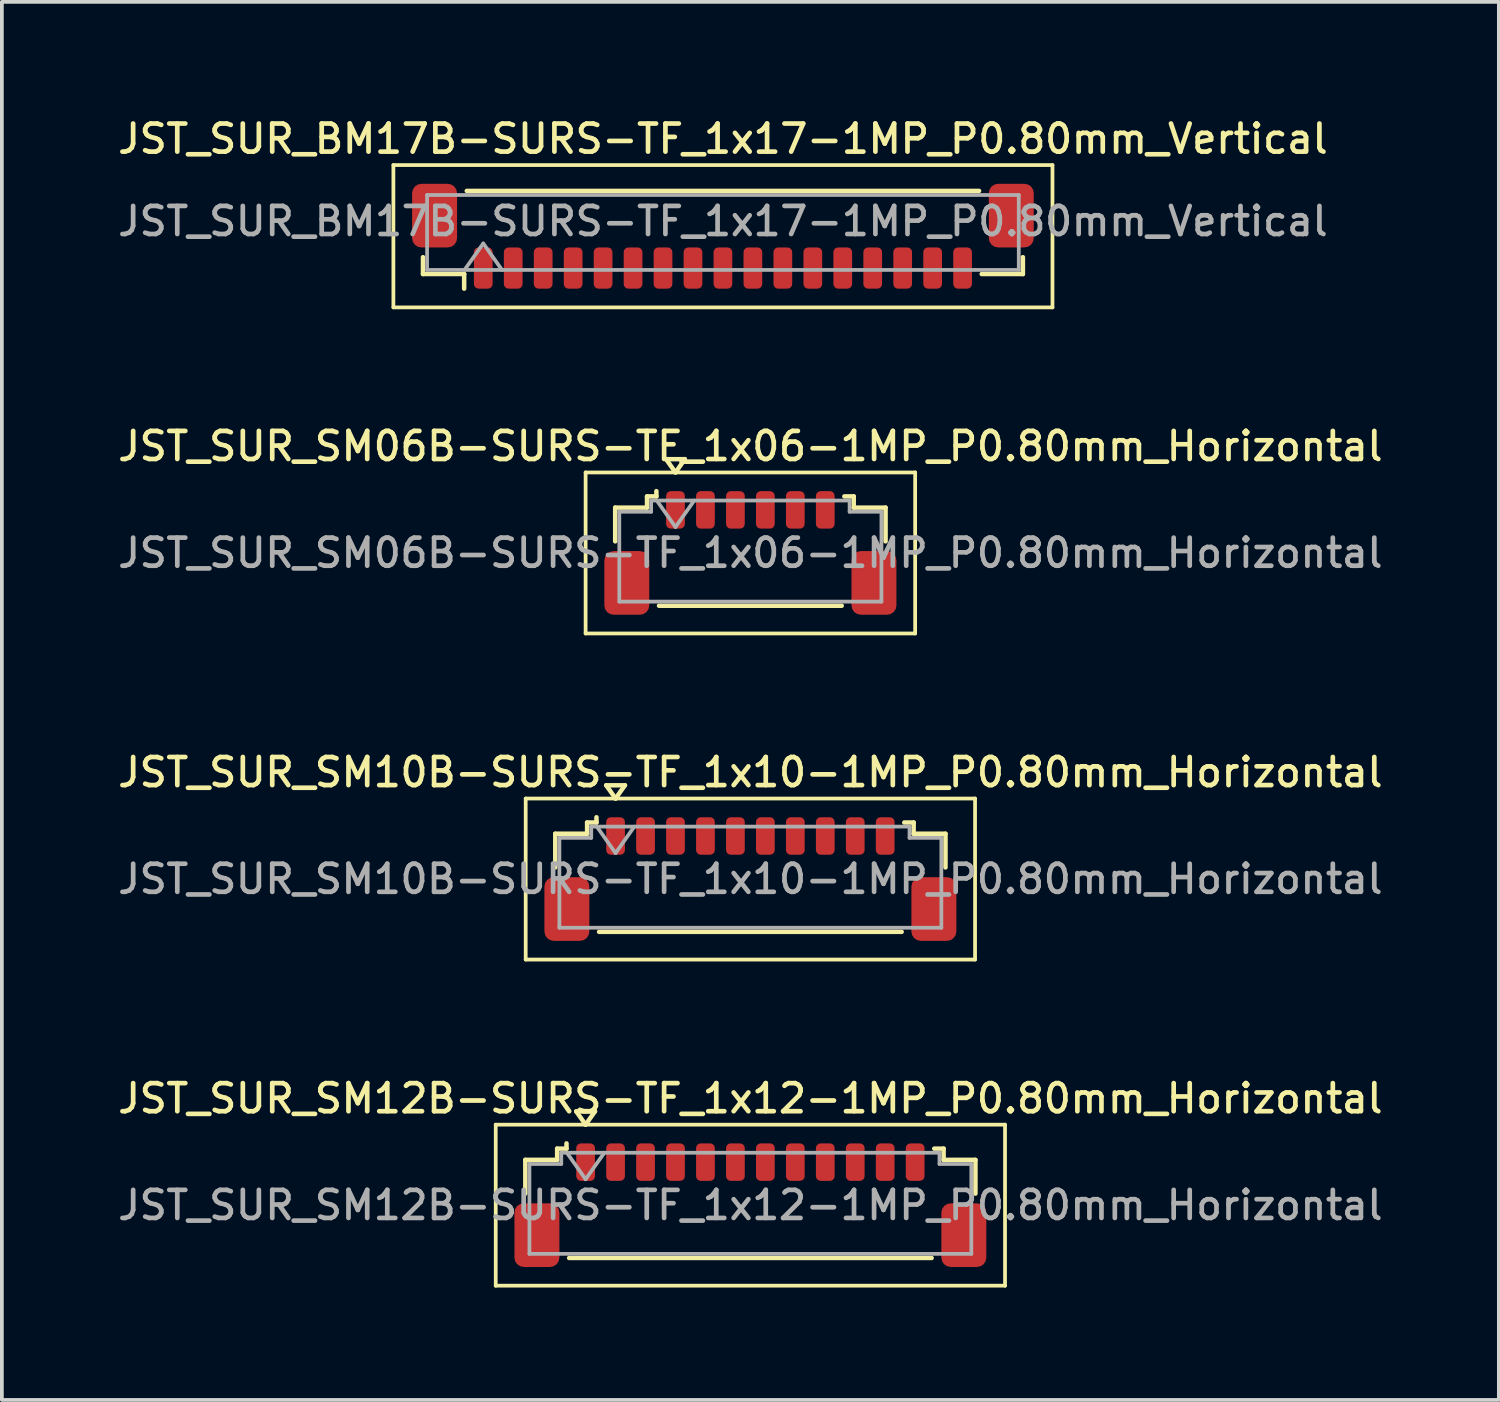
<source format=kicad_pcb>
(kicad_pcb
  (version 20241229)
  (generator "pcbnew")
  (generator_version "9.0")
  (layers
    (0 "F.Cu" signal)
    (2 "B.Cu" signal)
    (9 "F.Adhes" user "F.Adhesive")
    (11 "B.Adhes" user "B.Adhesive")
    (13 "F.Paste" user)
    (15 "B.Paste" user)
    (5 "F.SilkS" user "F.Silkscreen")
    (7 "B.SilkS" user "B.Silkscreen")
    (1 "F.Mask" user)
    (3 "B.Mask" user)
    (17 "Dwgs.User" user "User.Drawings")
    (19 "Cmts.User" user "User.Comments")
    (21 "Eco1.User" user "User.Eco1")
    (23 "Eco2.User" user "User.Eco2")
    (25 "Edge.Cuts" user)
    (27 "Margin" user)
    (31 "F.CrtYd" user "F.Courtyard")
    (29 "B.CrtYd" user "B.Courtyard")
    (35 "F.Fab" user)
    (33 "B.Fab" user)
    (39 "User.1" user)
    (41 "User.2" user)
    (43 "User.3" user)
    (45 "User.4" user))
  (footprint "JST_SUR_SM06B-SURS-TF_1x06-1MP_P0.80mm_Horizontal"
    (layer "F.Cu")
    (at 16.988 11.716)
    (property "Reference" "JST_SUR_SM06B-SURS-TF_1x06-1MP_P0.80mm_Horizontal" (at 0 -2.85 0) (layer "F.SilkS") (effects (font (size 0.75 0.75) (thickness 0.125))))
    (attr smd)
    (fp_line (start -4.4 -2.15) (end -4.4 2.15) (stroke (width 0.1) (type solid)) (layer "F.SilkS"))
    (fp_line (start -4.4 2.15) (end 4.4 2.15) (stroke (width 0.1) (type solid)) (layer "F.SilkS"))
    (fp_line (start -3.61 -1.21) (end -2.76 -1.21) (stroke (width 0.12) (type solid)) (layer "F.SilkS"))
    (fp_line (start -3.61 -0.31) (end -3.61 -1.21) (stroke (width 0.12) (type solid)) (layer "F.SilkS"))
    (fp_line (start -2.76 -1.51) (end -2.51 -1.51) (stroke (width 0.12) (type solid)) (layer "F.SilkS"))
    (fp_line (start -2.76 -1.21) (end -2.76 -1.51) (stroke (width 0.12) (type solid)) (layer "F.SilkS"))
    (fp_line (start -2.51 -1.51) (end -2.51 -1.65) (stroke (width 0.12) (type solid)) (layer "F.SilkS"))
    (fp_line (start -2.44 1.41) (end 2.44 1.41) (stroke (width 0.12) (type solid)) (layer "F.SilkS"))
    (fp_line (start -2.25 -2.504) (end -2 -2.15) (stroke (width 0.12) (type solid)) (layer "F.SilkS"))
    (fp_line (start -2 -2.15) (end -1.75 -2.504) (stroke (width 0.12) (type solid)) (layer "F.SilkS"))
    (fp_line (start -1.75 -2.504) (end -2.25 -2.504) (stroke (width 0.12) (type solid)) (layer "F.SilkS"))
    (fp_line (start 2.76 -1.51) (end 2.51 -1.51) (stroke (width 0.12) (type solid)) (layer "F.SilkS"))
    (fp_line (start 2.76 -1.21) (end 2.76 -1.51) (stroke (width 0.12) (type solid)) (layer "F.SilkS"))
    (fp_line (start 3.61 -1.21) (end 2.76 -1.21) (stroke (width 0.12) (type solid)) (layer "F.SilkS"))
    (fp_line (start 3.61 -0.31) (end 3.61 -1.21) (stroke (width 0.12) (type solid)) (layer "F.SilkS"))
    (fp_line (start 4.4 -2.15) (end -4.4 -2.15) (stroke (width 0.1) (type solid)) (layer "F.SilkS"))
    (fp_line (start 4.4 2.15) (end 4.4 -2.15) (stroke (width 0.1) (type solid)) (layer "F.SilkS"))
    (fp_line (start -3.5 -1.1) (end -3.5 1.3) (stroke (width 0.1) (type solid)) (layer "F.Fab"))
    (fp_line (start -3.5 -1.1) (end -2.65 -1.1) (stroke (width 0.1) (type solid)) (layer "F.Fab"))
    (fp_line (start -3.5 1.3) (end 3.5 1.3) (stroke (width 0.1) (type solid)) (layer "F.Fab"))
    (fp_line (start -2.65 -1.4) (end 2.65 -1.4) (stroke (width 0.1) (type solid)) (layer "F.Fab"))
    (fp_line (start -2.65 -1.1) (end -2.65 -1.4) (stroke (width 0.1) (type solid)) (layer "F.Fab"))
    (fp_line (start -2.5 -1.4) (end -2 -0.693) (stroke (width 0.1) (type solid)) (layer "F.Fab"))
    (fp_line (start -2 -0.693) (end -1.5 -1.4) (stroke (width 0.1) (type solid)) (layer "F.Fab"))
    (fp_line (start 2.65 -1.4) (end 2.65 -1.1) (stroke (width 0.1) (type solid)) (layer "F.Fab"))
    (fp_line (start 2.65 -1.1) (end 3.5 -1.1) (stroke (width 0.1) (type solid)) (layer "F.Fab"))
    (fp_line (start 3.5 -1.1) (end 3.5 1.3) (stroke (width 0.1) (type solid)) (layer "F.Fab"))
    (fp_text user "${REFERENCE}" (at 0 0 0) (layer "F.Fab") (effects (font (size 0.75 0.75) (thickness 0.125))))
    (pad "1" smd roundrect (at -2 -1.15) (size 0.5 1) (layers "F.Cu" "F.Mask" "F.Paste") (roundrect_rratio 0.25))
    (pad "2" smd roundrect (at -1.2 -1.15) (size 0.5 1) (layers "F.Cu" "F.Mask" "F.Paste") (roundrect_rratio 0.25))
    (pad "3" smd roundrect (at -0.4 -1.15) (size 0.5 1) (layers "F.Cu" "F.Mask" "F.Paste") (roundrect_rratio 0.25))
    (pad "4" smd roundrect (at 0.4 -1.15) (size 0.5 1) (layers "F.Cu" "F.Mask" "F.Paste") (roundrect_rratio 0.25))
    (pad "5" smd roundrect (at 1.2 -1.15) (size 0.5 1) (layers "F.Cu" "F.Mask" "F.Paste") (roundrect_rratio 0.25))
    (pad "6" smd roundrect (at 2 -1.15) (size 0.5 1) (layers "F.Cu" "F.Mask" "F.Paste") (roundrect_rratio 0.25))
    (pad "MP" smd roundrect (at -3.3 0.8) (size 1.2 1.7) (layers "F.Cu" "F.Mask" "F.Paste") (roundrect_rratio 0.208))
    (pad "MP" smd roundrect (at 3.3 0.8) (size 1.2 1.7) (layers "F.Cu" "F.Mask" "F.Paste") (roundrect_rratio 0.208)))
  (footprint "JST_SUR_SM10B-SURS-TF_1x10-1MP_P0.80mm_Horizontal"
    (layer "F.Cu")
    (at 16.988 20.424)
    (property "Reference" "JST_SUR_SM10B-SURS-TF_1x10-1MP_P0.80mm_Horizontal" (at 0 -2.85 0) (layer "F.SilkS") (effects (font (size 0.75 0.75) (thickness 0.125))))
    (attr smd)
    (fp_line (start -6 -2.15) (end -6 2.15) (stroke (width 0.1) (type solid)) (layer "F.SilkS"))
    (fp_line (start -6 2.15) (end 6 2.15) (stroke (width 0.1) (type solid)) (layer "F.SilkS"))
    (fp_line (start -5.21 -1.21) (end -4.36 -1.21) (stroke (width 0.12) (type solid)) (layer "F.SilkS"))
    (fp_line (start -5.21 -0.31) (end -5.21 -1.21) (stroke (width 0.12) (type solid)) (layer "F.SilkS"))
    (fp_line (start -4.36 -1.51) (end -4.11 -1.51) (stroke (width 0.12) (type solid)) (layer "F.SilkS"))
    (fp_line (start -4.36 -1.21) (end -4.36 -1.51) (stroke (width 0.12) (type solid)) (layer "F.SilkS"))
    (fp_line (start -4.11 -1.51) (end -4.11 -1.65) (stroke (width 0.12) (type solid)) (layer "F.SilkS"))
    (fp_line (start -4.04 1.41) (end 4.04 1.41) (stroke (width 0.12) (type solid)) (layer "F.SilkS"))
    (fp_line (start -3.85 -2.504) (end -3.6 -2.15) (stroke (width 0.12) (type solid)) (layer "F.SilkS"))
    (fp_line (start -3.6 -2.15) (end -3.35 -2.504) (stroke (width 0.12) (type solid)) (layer "F.SilkS"))
    (fp_line (start -3.35 -2.504) (end -3.85 -2.504) (stroke (width 0.12) (type solid)) (layer "F.SilkS"))
    (fp_line (start 4.36 -1.51) (end 4.11 -1.51) (stroke (width 0.12) (type solid)) (layer "F.SilkS"))
    (fp_line (start 4.36 -1.21) (end 4.36 -1.51) (stroke (width 0.12) (type solid)) (layer "F.SilkS"))
    (fp_line (start 5.21 -1.21) (end 4.36 -1.21) (stroke (width 0.12) (type solid)) (layer "F.SilkS"))
    (fp_line (start 5.21 -0.31) (end 5.21 -1.21) (stroke (width 0.12) (type solid)) (layer "F.SilkS"))
    (fp_line (start 6 -2.15) (end -6 -2.15) (stroke (width 0.1) (type solid)) (layer "F.SilkS"))
    (fp_line (start 6 2.15) (end 6 -2.15) (stroke (width 0.1) (type solid)) (layer "F.SilkS"))
    (fp_line (start -5.1 -1.1) (end -5.1 1.3) (stroke (width 0.1) (type solid)) (layer "F.Fab"))
    (fp_line (start -5.1 -1.1) (end -4.25 -1.1) (stroke (width 0.1) (type solid)) (layer "F.Fab"))
    (fp_line (start -5.1 1.3) (end 5.1 1.3) (stroke (width 0.1) (type solid)) (layer "F.Fab"))
    (fp_line (start -4.25 -1.4) (end 4.25 -1.4) (stroke (width 0.1) (type solid)) (layer "F.Fab"))
    (fp_line (start -4.25 -1.1) (end -4.25 -1.4) (stroke (width 0.1) (type solid)) (layer "F.Fab"))
    (fp_line (start -4.1 -1.4) (end -3.6 -0.693) (stroke (width 0.1) (type solid)) (layer "F.Fab"))
    (fp_line (start -3.6 -0.693) (end -3.1 -1.4) (stroke (width 0.1) (type solid)) (layer "F.Fab"))
    (fp_line (start 4.25 -1.4) (end 4.25 -1.1) (stroke (width 0.1) (type solid)) (layer "F.Fab"))
    (fp_line (start 4.25 -1.1) (end 5.1 -1.1) (stroke (width 0.1) (type solid)) (layer "F.Fab"))
    (fp_line (start 5.1 -1.1) (end 5.1 1.3) (stroke (width 0.1) (type solid)) (layer "F.Fab"))
    (fp_text user "${REFERENCE}" (at 0 0 0) (layer "F.Fab") (effects (font (size 0.75 0.75) (thickness 0.125))))
    (pad "1" smd roundrect (at -3.6 -1.15) (size 0.5 1) (layers "F.Cu" "F.Mask" "F.Paste") (roundrect_rratio 0.25))
    (pad "2" smd roundrect (at -2.8 -1.15) (size 0.5 1) (layers "F.Cu" "F.Mask" "F.Paste") (roundrect_rratio 0.25))
    (pad "3" smd roundrect (at -2 -1.15) (size 0.5 1) (layers "F.Cu" "F.Mask" "F.Paste") (roundrect_rratio 0.25))
    (pad "4" smd roundrect (at -1.2 -1.15) (size 0.5 1) (layers "F.Cu" "F.Mask" "F.Paste") (roundrect_rratio 0.25))
    (pad "5" smd roundrect (at -0.4 -1.15) (size 0.5 1) (layers "F.Cu" "F.Mask" "F.Paste") (roundrect_rratio 0.25))
    (pad "6" smd roundrect (at 0.4 -1.15) (size 0.5 1) (layers "F.Cu" "F.Mask" "F.Paste") (roundrect_rratio 0.25))
    (pad "7" smd roundrect (at 1.2 -1.15) (size 0.5 1) (layers "F.Cu" "F.Mask" "F.Paste") (roundrect_rratio 0.25))
    (pad "8" smd roundrect (at 2 -1.15) (size 0.5 1) (layers "F.Cu" "F.Mask" "F.Paste") (roundrect_rratio 0.25))
    (pad "9" smd roundrect (at 2.8 -1.15) (size 0.5 1) (layers "F.Cu" "F.Mask" "F.Paste") (roundrect_rratio 0.25))
    (pad "10" smd roundrect (at 3.6 -1.15) (size 0.5 1) (layers "F.Cu" "F.Mask" "F.Paste") (roundrect_rratio 0.25))
    (pad "MP" smd roundrect (at -4.9 0.8) (size 1.2 1.7) (layers "F.Cu" "F.Mask" "F.Paste") (roundrect_rratio 0.208))
    (pad "MP" smd roundrect (at 4.9 0.8) (size 1.2 1.7) (layers "F.Cu" "F.Mask" "F.Paste") (roundrect_rratio 0.208)))
  (footprint "JST_SUR_SM12B-SURS-TF_1x12-1MP_P0.80mm_Horizontal"
    (layer "F.Cu")
    (at 16.988 29.133)
    (property "Reference" "JST_SUR_SM12B-SURS-TF_1x12-1MP_P0.80mm_Horizontal" (at 0 -2.85 0) (layer "F.SilkS") (effects (font (size 0.75 0.75) (thickness 0.125))))
    (attr smd)
    (fp_line (start -6.8 -2.15) (end -6.8 2.15) (stroke (width 0.1) (type solid)) (layer "F.SilkS"))
    (fp_line (start -6.8 2.15) (end 6.8 2.15) (stroke (width 0.1) (type solid)) (layer "F.SilkS"))
    (fp_line (start -6.01 -1.21) (end -5.16 -1.21) (stroke (width 0.12) (type solid)) (layer "F.SilkS"))
    (fp_line (start -6.01 -0.31) (end -6.01 -1.21) (stroke (width 0.12) (type solid)) (layer "F.SilkS"))
    (fp_line (start -5.16 -1.51) (end -4.91 -1.51) (stroke (width 0.12) (type solid)) (layer "F.SilkS"))
    (fp_line (start -5.16 -1.21) (end -5.16 -1.51) (stroke (width 0.12) (type solid)) (layer "F.SilkS"))
    (fp_line (start -4.91 -1.51) (end -4.91 -1.65) (stroke (width 0.12) (type solid)) (layer "F.SilkS"))
    (fp_line (start -4.84 1.41) (end 4.84 1.41) (stroke (width 0.12) (type solid)) (layer "F.SilkS"))
    (fp_line (start -4.65 -2.504) (end -4.4 -2.15) (stroke (width 0.12) (type solid)) (layer "F.SilkS"))
    (fp_line (start -4.4 -2.15) (end -4.15 -2.504) (stroke (width 0.12) (type solid)) (layer "F.SilkS"))
    (fp_line (start -4.15 -2.504) (end -4.65 -2.504) (stroke (width 0.12) (type solid)) (layer "F.SilkS"))
    (fp_line (start 5.16 -1.51) (end 4.91 -1.51) (stroke (width 0.12) (type solid)) (layer "F.SilkS"))
    (fp_line (start 5.16 -1.21) (end 5.16 -1.51) (stroke (width 0.12) (type solid)) (layer "F.SilkS"))
    (fp_line (start 6.01 -1.21) (end 5.16 -1.21) (stroke (width 0.12) (type solid)) (layer "F.SilkS"))
    (fp_line (start 6.01 -0.31) (end 6.01 -1.21) (stroke (width 0.12) (type solid)) (layer "F.SilkS"))
    (fp_line (start 6.8 -2.15) (end -6.8 -2.15) (stroke (width 0.1) (type solid)) (layer "F.SilkS"))
    (fp_line (start 6.8 2.15) (end 6.8 -2.15) (stroke (width 0.1) (type solid)) (layer "F.SilkS"))
    (fp_line (start -5.9 -1.1) (end -5.9 1.3) (stroke (width 0.1) (type solid)) (layer "F.Fab"))
    (fp_line (start -5.9 -1.1) (end -5.05 -1.1) (stroke (width 0.1) (type solid)) (layer "F.Fab"))
    (fp_line (start -5.9 1.3) (end 5.9 1.3) (stroke (width 0.1) (type solid)) (layer "F.Fab"))
    (fp_line (start -5.05 -1.4) (end 5.05 -1.4) (stroke (width 0.1) (type solid)) (layer "F.Fab"))
    (fp_line (start -5.05 -1.1) (end -5.05 -1.4) (stroke (width 0.1) (type solid)) (layer "F.Fab"))
    (fp_line (start -4.9 -1.4) (end -4.4 -0.693) (stroke (width 0.1) (type solid)) (layer "F.Fab"))
    (fp_line (start -4.4 -0.693) (end -3.9 -1.4) (stroke (width 0.1) (type solid)) (layer "F.Fab"))
    (fp_line (start 5.05 -1.4) (end 5.05 -1.1) (stroke (width 0.1) (type solid)) (layer "F.Fab"))
    (fp_line (start 5.05 -1.1) (end 5.9 -1.1) (stroke (width 0.1) (type solid)) (layer "F.Fab"))
    (fp_line (start 5.9 -1.1) (end 5.9 1.3) (stroke (width 0.1) (type solid)) (layer "F.Fab"))
    (fp_text user "${REFERENCE}" (at 0 0 0) (layer "F.Fab") (effects (font (size 0.75 0.75) (thickness 0.125))))
    (pad "1" smd roundrect (at -4.4 -1.15) (size 0.5 1) (layers "F.Cu" "F.Mask" "F.Paste") (roundrect_rratio 0.25))
    (pad "2" smd roundrect (at -3.6 -1.15) (size 0.5 1) (layers "F.Cu" "F.Mask" "F.Paste") (roundrect_rratio 0.25))
    (pad "3" smd roundrect (at -2.8 -1.15) (size 0.5 1) (layers "F.Cu" "F.Mask" "F.Paste") (roundrect_rratio 0.25))
    (pad "4" smd roundrect (at -2 -1.15) (size 0.5 1) (layers "F.Cu" "F.Mask" "F.Paste") (roundrect_rratio 0.25))
    (pad "5" smd roundrect (at -1.2 -1.15) (size 0.5 1) (layers "F.Cu" "F.Mask" "F.Paste") (roundrect_rratio 0.25))
    (pad "6" smd roundrect (at -0.4 -1.15) (size 0.5 1) (layers "F.Cu" "F.Mask" "F.Paste") (roundrect_rratio 0.25))
    (pad "7" smd roundrect (at 0.4 -1.15) (size 0.5 1) (layers "F.Cu" "F.Mask" "F.Paste") (roundrect_rratio 0.25))
    (pad "8" smd roundrect (at 1.2 -1.15) (size 0.5 1) (layers "F.Cu" "F.Mask" "F.Paste") (roundrect_rratio 0.25))
    (pad "9" smd roundrect (at 2 -1.15) (size 0.5 1) (layers "F.Cu" "F.Mask" "F.Paste") (roundrect_rratio 0.25))
    (pad "10" smd roundrect (at 2.8 -1.15) (size 0.5 1) (layers "F.Cu" "F.Mask" "F.Paste") (roundrect_rratio 0.25))
    (pad "11" smd roundrect (at 3.6 -1.15) (size 0.5 1) (layers "F.Cu" "F.Mask" "F.Paste") (roundrect_rratio 0.25))
    (pad "12" smd roundrect (at 4.4 -1.15) (size 0.5 1) (layers "F.Cu" "F.Mask" "F.Paste") (roundrect_rratio 0.25))
    (pad "MP" smd roundrect (at -5.7 0.8) (size 1.2 1.7) (layers "F.Cu" "F.Mask" "F.Paste") (roundrect_rratio 0.208))
    (pad "MP" smd roundrect (at 5.7 0.8) (size 1.2 1.7) (layers "F.Cu" "F.Mask" "F.Paste") (roundrect_rratio 0.208)))
  (footprint "JST_SUR_BM17B-SURS-TF_1x17-1MP_P0.80mm_Vertical"
    (layer "F.Cu")
    (at 16.255 3.258)
    (property "Reference" "JST_SUR_BM17B-SURS-TF_1x17-1MP_P0.80mm_Vertical" (at 0 -2.6 0) (layer "F.SilkS") (effects (font (size 0.75 0.75) (thickness 0.125))))
    (attr smd)
    (fp_line (start -8.8 -1.9) (end -8.8 1.9) (stroke (width 0.1) (type solid)) (layer "F.SilkS"))
    (fp_line (start -8.8 1.9) (end 8.8 1.9) (stroke (width 0.1) (type solid)) (layer "F.SilkS"))
    (fp_line (start -8.01 0.56) (end -8.01 1.01) (stroke (width 0.12) (type solid)) (layer "F.SilkS"))
    (fp_line (start -8.01 1.01) (end -6.91 1.01) (stroke (width 0.12) (type solid)) (layer "F.SilkS"))
    (fp_line (start -6.91 1.01) (end -6.91 1.4) (stroke (width 0.12) (type solid)) (layer "F.SilkS"))
    (fp_line (start -6.84 -1.21) (end 6.84 -1.21) (stroke (width 0.12) (type solid)) (layer "F.SilkS"))
    (fp_line (start 8.01 0.56) (end 8.01 1.01) (stroke (width 0.12) (type solid)) (layer "F.SilkS"))
    (fp_line (start 8.01 1.01) (end 6.91 1.01) (stroke (width 0.12) (type solid)) (layer "F.SilkS"))
    (fp_line (start 8.8 -1.9) (end -8.8 -1.9) (stroke (width 0.1) (type solid)) (layer "F.SilkS"))
    (fp_line (start 8.8 1.9) (end 8.8 -1.9) (stroke (width 0.1) (type solid)) (layer "F.SilkS"))
    (fp_line (start -7.9 -1.1) (end 7.9 -1.1) (stroke (width 0.1) (type solid)) (layer "F.Fab"))
    (fp_line (start -7.9 0.9) (end -7.9 -1.1) (stroke (width 0.1) (type solid)) (layer "F.Fab"))
    (fp_line (start -7.9 0.9) (end 7.9 0.9) (stroke (width 0.1) (type solid)) (layer "F.Fab"))
    (fp_line (start -6.9 0.9) (end -6.4 0.193) (stroke (width 0.1) (type solid)) (layer "F.Fab"))
    (fp_line (start -6.4 0.193) (end -5.9 0.9) (stroke (width 0.1) (type solid)) (layer "F.Fab"))
    (fp_line (start 7.9 0.9) (end 7.9 -1.1) (stroke (width 0.1) (type solid)) (layer "F.Fab"))
    (fp_text user "${REFERENCE}" (at 0 -0.4 0) (layer "F.Fab") (effects (font (size 0.75 0.75) (thickness 0.125))))
    (pad "1" smd roundrect (at -6.4 0.85) (size 0.5 1.1) (layers "F.Cu" "F.Mask" "F.Paste") (roundrect_rratio 0.25))
    (pad "2" smd roundrect (at -5.6 0.85) (size 0.5 1.1) (layers "F.Cu" "F.Mask" "F.Paste") (roundrect_rratio 0.25))
    (pad "3" smd roundrect (at -4.8 0.85) (size 0.5 1.1) (layers "F.Cu" "F.Mask" "F.Paste") (roundrect_rratio 0.25))
    (pad "4" smd roundrect (at -4 0.85) (size 0.5 1.1) (layers "F.Cu" "F.Mask" "F.Paste") (roundrect_rratio 0.25))
    (pad "5" smd roundrect (at -3.2 0.85) (size 0.5 1.1) (layers "F.Cu" "F.Mask" "F.Paste") (roundrect_rratio 0.25))
    (pad "6" smd roundrect (at -2.4 0.85) (size 0.5 1.1) (layers "F.Cu" "F.Mask" "F.Paste") (roundrect_rratio 0.25))
    (pad "7" smd roundrect (at -1.6 0.85) (size 0.5 1.1) (layers "F.Cu" "F.Mask" "F.Paste") (roundrect_rratio 0.25))
    (pad "8" smd roundrect (at -0.8 0.85) (size 0.5 1.1) (layers "F.Cu" "F.Mask" "F.Paste") (roundrect_rratio 0.25))
    (pad "9" smd roundrect (at 0 0.85) (size 0.5 1.1) (layers "F.Cu" "F.Mask" "F.Paste") (roundrect_rratio 0.25))
    (pad "10" smd roundrect (at 0.8 0.85) (size 0.5 1.1) (layers "F.Cu" "F.Mask" "F.Paste") (roundrect_rratio 0.25))
    (pad "11" smd roundrect (at 1.6 0.85) (size 0.5 1.1) (layers "F.Cu" "F.Mask" "F.Paste") (roundrect_rratio 0.25))
    (pad "12" smd roundrect (at 2.4 0.85) (size 0.5 1.1) (layers "F.Cu" "F.Mask" "F.Paste") (roundrect_rratio 0.25))
    (pad "13" smd roundrect (at 3.2 0.85) (size 0.5 1.1) (layers "F.Cu" "F.Mask" "F.Paste") (roundrect_rratio 0.25))
    (pad "14" smd roundrect (at 4 0.85) (size 0.5 1.1) (layers "F.Cu" "F.Mask" "F.Paste") (roundrect_rratio 0.25))
    (pad "15" smd roundrect (at 4.8 0.85) (size 0.5 1.1) (layers "F.Cu" "F.Mask" "F.Paste") (roundrect_rratio 0.25))
    (pad "16" smd roundrect (at 5.6 0.85) (size 0.5 1.1) (layers "F.Cu" "F.Mask" "F.Paste") (roundrect_rratio 0.25))
    (pad "17" smd roundrect (at 6.4 0.85) (size 0.5 1.1) (layers "F.Cu" "F.Mask" "F.Paste") (roundrect_rratio 0.25))
    (pad "MP" smd roundrect (at -7.7 -0.55) (size 1.2 1.7) (layers "F.Cu" "F.Mask" "F.Paste") (roundrect_rratio 0.208))
    (pad "MP" smd roundrect (at 7.7 -0.55) (size 1.2 1.7) (layers "F.Cu" "F.Mask" "F.Paste") (roundrect_rratio 0.208)))
  (gr_rect
    (start -3 -3)
    (end 36.975 34.333)
    (stroke (width 0.1) (type default))
    (fill no)
    (layer "Edge.Cuts")))
</source>
